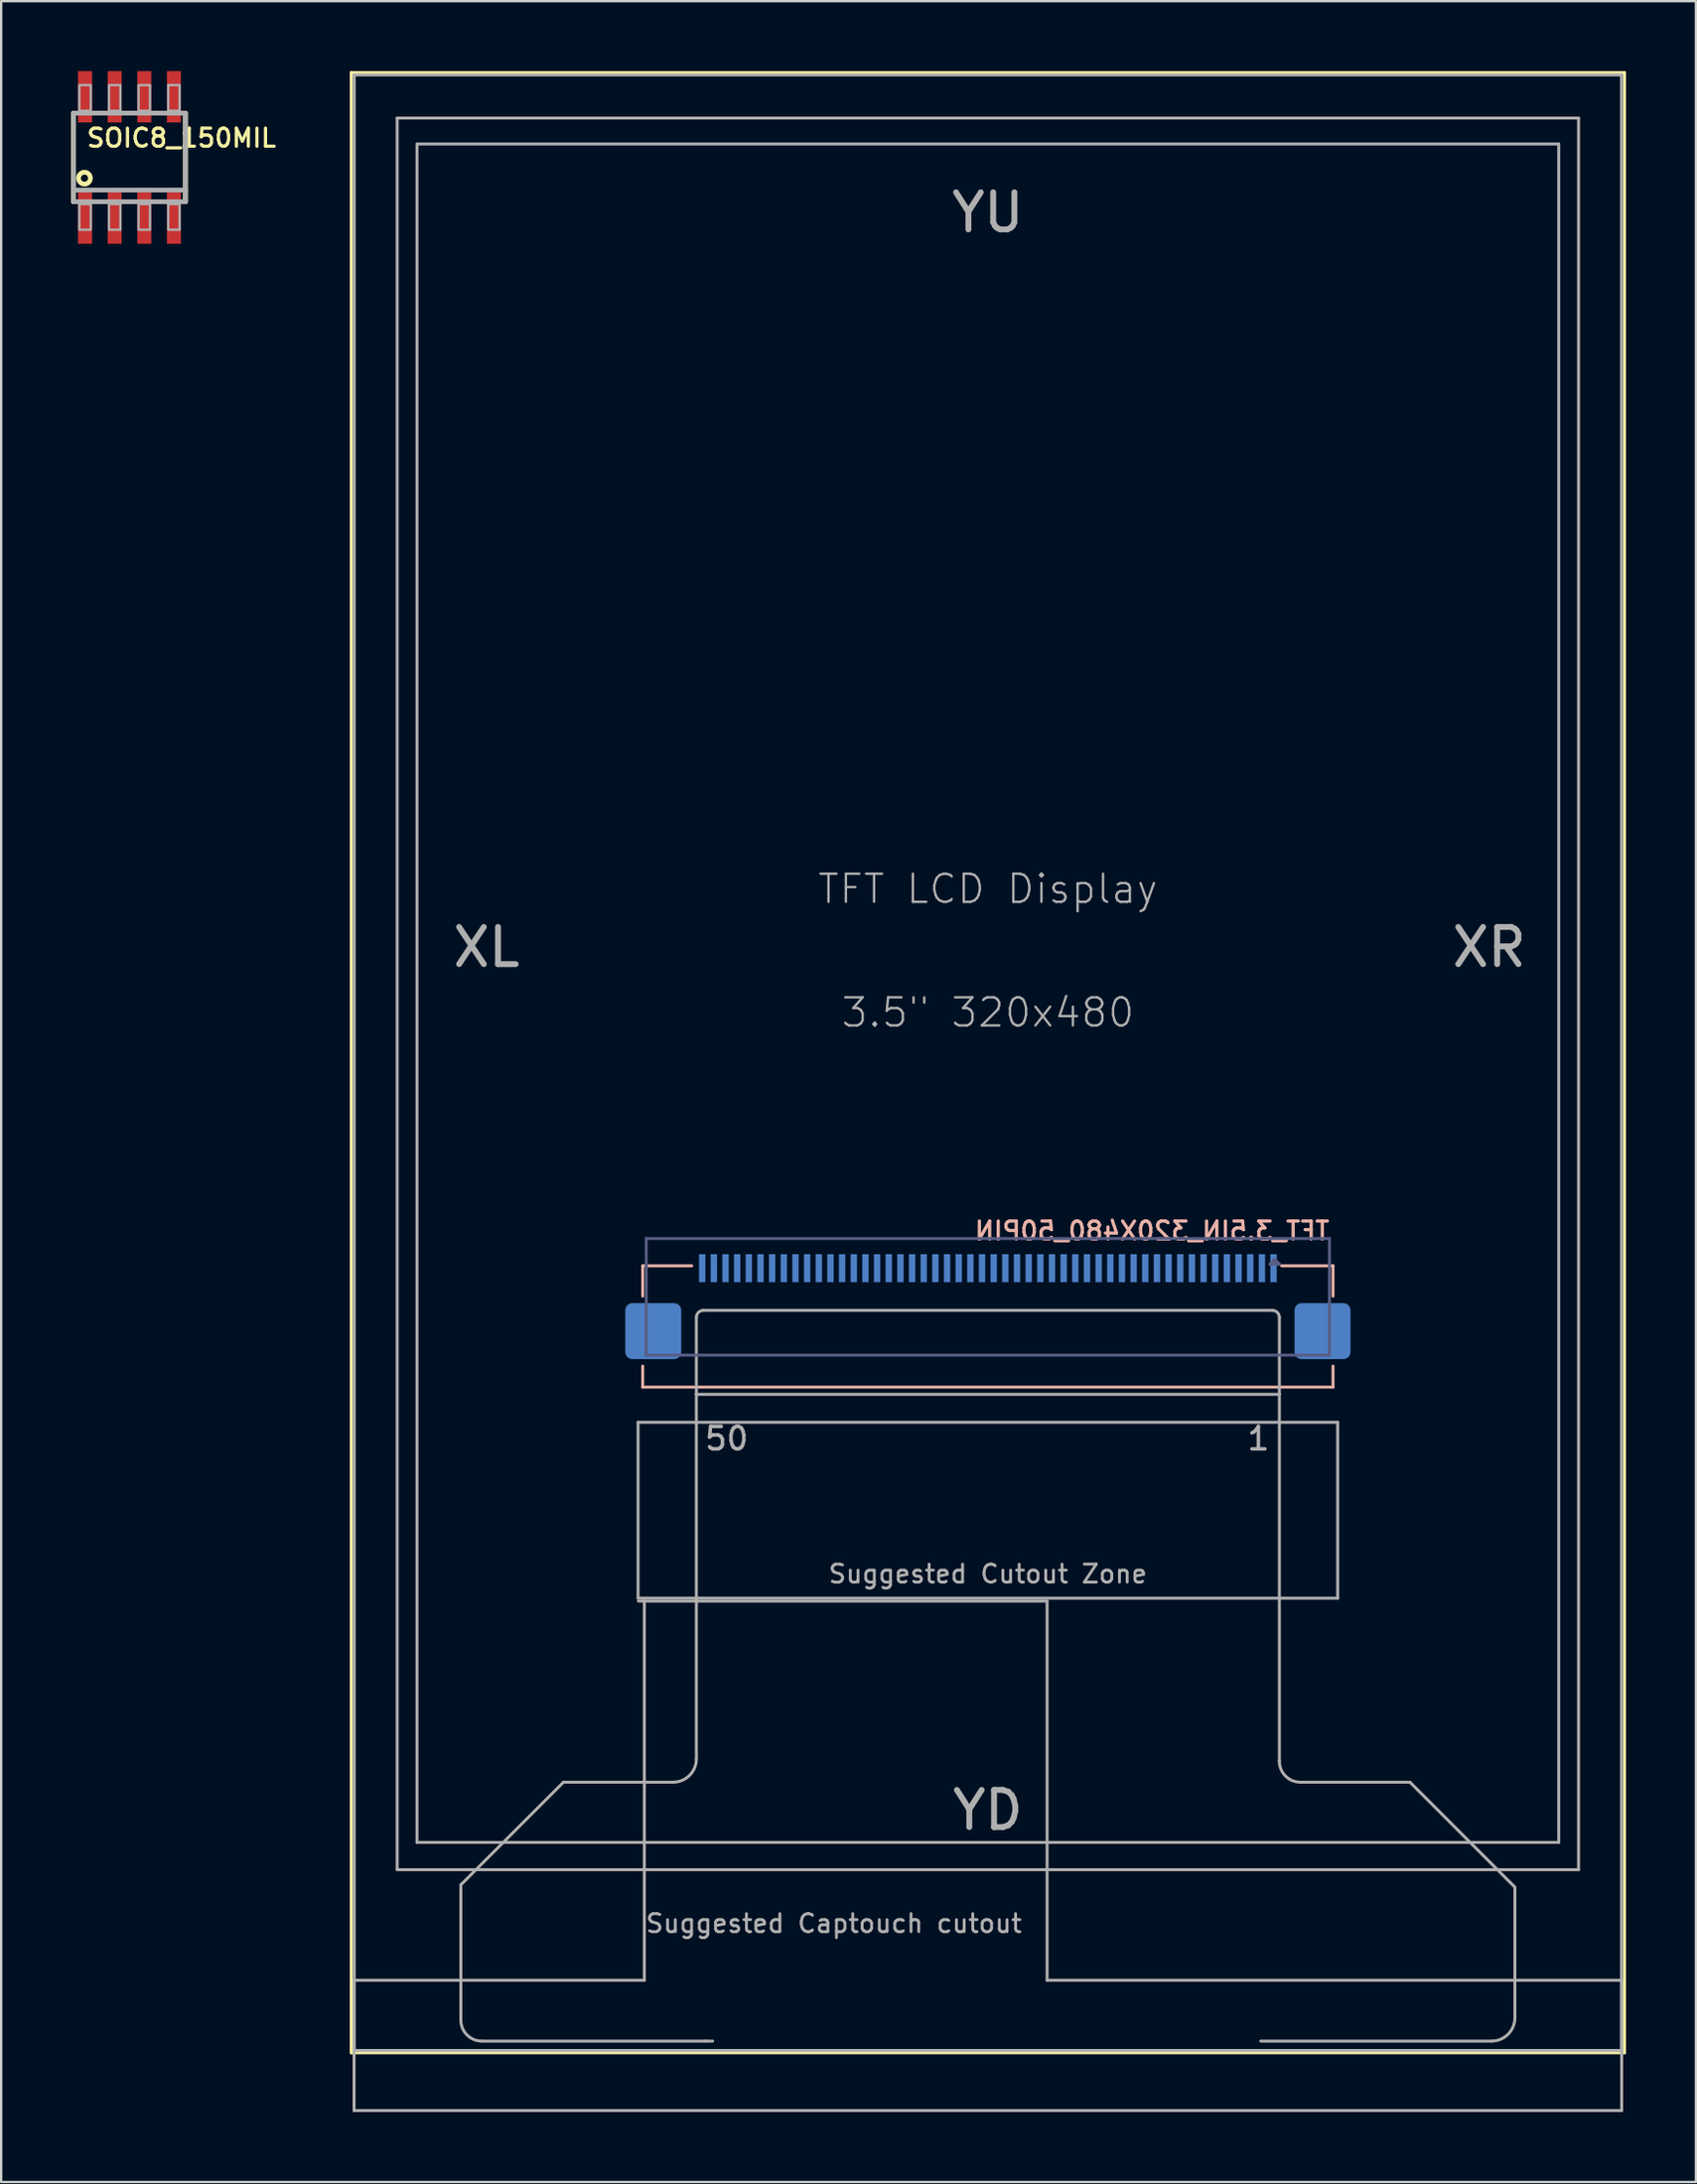
<source format=kicad_pcb>
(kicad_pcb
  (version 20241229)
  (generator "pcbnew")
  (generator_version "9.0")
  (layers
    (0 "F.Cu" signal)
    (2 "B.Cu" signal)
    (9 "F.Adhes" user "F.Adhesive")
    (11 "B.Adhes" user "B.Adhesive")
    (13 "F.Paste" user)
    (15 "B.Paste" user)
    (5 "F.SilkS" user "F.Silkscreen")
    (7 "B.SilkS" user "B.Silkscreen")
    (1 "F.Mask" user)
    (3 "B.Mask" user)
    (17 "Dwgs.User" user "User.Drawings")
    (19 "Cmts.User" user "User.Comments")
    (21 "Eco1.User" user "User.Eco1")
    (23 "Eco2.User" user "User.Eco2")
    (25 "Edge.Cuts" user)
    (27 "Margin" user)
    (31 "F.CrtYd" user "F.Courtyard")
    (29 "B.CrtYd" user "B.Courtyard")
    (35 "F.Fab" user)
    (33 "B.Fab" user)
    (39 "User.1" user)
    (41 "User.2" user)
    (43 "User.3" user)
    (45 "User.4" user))
  (footprint "SOIC8_150MIL"
    (layer "F.Cu")
    (at 2.502 3.7)
    (property "Reference" "SOIC8_150MIL" (at -1.905 -0.381 0) (layer "F.SilkS") (effects (font (size 0.772 0.772) (thickness 0.139)) (justify left bottom)))
    (attr through_hole)
    (fp_line (start -2.4 1.9) (end -2.4 -1.9) (stroke (width 0.203) (type solid)) (layer "F.SilkS"))
    (fp_line (start 2.4 -1.9) (end 2.4 1.9) (stroke (width 0.203) (type solid)) (layer "F.SilkS"))
    (fp_circle (center -1.93 0.889) (end -1.676 0.889) (stroke (width 0.203) (type solid)) (fill no) (layer "F.SilkS"))
    (fp_line (start -2.4 -1.9) (end 2.4 -1.9) (stroke (width 0.203) (type solid)) (layer "F.Fab"))
    (fp_line (start -2.4 1.4) (end -2.4 -1.9) (stroke (width 0.203) (type solid)) (layer "F.Fab"))
    (fp_line (start -2.4 1.9) (end -2.4 1.4) (stroke (width 0.203) (type solid)) (layer "F.Fab"))
    (fp_line (start 2.4 -1.9) (end 2.4 1.4) (stroke (width 0.203) (type solid)) (layer "F.Fab"))
    (fp_line (start 2.4 1.4) (end -2.4 1.4) (stroke (width 0.203) (type solid)) (layer "F.Fab"))
    (fp_line (start 2.4 1.4) (end 2.4 1.9) (stroke (width 0.203) (type solid)) (layer "F.Fab"))
    (fp_line (start 2.4 1.9) (end -2.4 1.9) (stroke (width 0.203) (type solid)) (layer "F.Fab"))
    (fp_poly (pts (xy -2.15 -2) (xy -1.66 -2) (xy -1.66 -3.1) (xy -2.15 -3.1)) (stroke (width 0.1) (type solid)) (fill no) (layer "F.Fab"))
    (fp_poly (pts (xy -2.15 3.1) (xy -1.66 3.1) (xy -1.66 2) (xy -2.15 2)) (stroke (width 0.1) (type solid)) (fill no) (layer "F.Fab"))
    (fp_poly (pts (xy -0.88 -2) (xy -0.39 -2) (xy -0.39 -3.1) (xy -0.88 -3.1)) (stroke (width 0.1) (type solid)) (fill no) (layer "F.Fab"))
    (fp_poly (pts (xy -0.88 3.1) (xy -0.39 3.1) (xy -0.39 2) (xy -0.88 2)) (stroke (width 0.1) (type solid)) (fill no) (layer "F.Fab"))
    (fp_poly (pts (xy 0.39 -2) (xy 0.88 -2) (xy 0.88 -3.1) (xy 0.39 -3.1)) (stroke (width 0.1) (type solid)) (fill no) (layer "F.Fab"))
    (fp_poly (pts (xy 0.39 3.1) (xy 0.88 3.1) (xy 0.88 2) (xy 0.39 2)) (stroke (width 0.1) (type solid)) (fill no) (layer "F.Fab"))
    (fp_poly (pts (xy 1.66 -2) (xy 2.15 -2) (xy 2.15 -3.1) (xy 1.66 -3.1)) (stroke (width 0.1) (type solid)) (fill no) (layer "F.Fab"))
    (fp_poly (pts (xy 1.66 3.1) (xy 2.15 3.1) (xy 2.15 2) (xy 1.66 2)) (stroke (width 0.1) (type solid)) (fill no) (layer "F.Fab"))
    (pad "1" smd rect (at -1.905 2.6) (size 0.6 2.2) (layers "F.Cu" "F.Mask" "F.Paste"))
    (pad "2" smd rect (at -0.635 2.6) (size 0.6 2.2) (layers "F.Cu" "F.Mask" "F.Paste"))
    (pad "3" smd rect (at 0.635 2.6) (size 0.6 2.2) (layers "F.Cu" "F.Mask" "F.Paste"))
    (pad "4" smd rect (at 1.905 2.6) (size 0.6 2.2) (layers "F.Cu" "F.Mask" "F.Paste"))
    (pad "5" smd rect (at 1.905 -2.6) (size 0.6 2.2) (layers "F.Cu" "F.Mask" "F.Paste"))
    (pad "6" smd rect (at 0.635 -2.6) (size 0.6 2.2) (layers "F.Cu" "F.Mask" "F.Paste"))
    (pad "7" smd rect (at -0.635 -2.6) (size 0.6 2.2) (layers "F.Cu" "F.Mask" "F.Paste"))
    (pad "8" smd rect (at -1.905 -2.6) (size 0.6 2.2) (layers "F.Cu" "F.Mask" "F.Paste")))
  (footprint "TFT_3.5IN_320X480_50PIN"
    (layer "F.Cu")
    (at 39.312 47.563)
    (property "Reference" "TFT_3.5IN_320X480_50PIN" (at 14.726 2.613 180) (layer "B.SilkS") (effects (font (size 0.772 0.772) (thickness 0.139)) (justify left bottom mirror)))
    (attr through_hole)
    (fp_line (start -27.3 -47.5) (end 27.3 -47.5) (stroke (width 0.127) (type solid)) (layer "F.SilkS"))
    (fp_line (start -27.3 37.4) (end -27.3 -47.5) (stroke (width 0.127) (type solid)) (layer "F.SilkS"))
    (fp_line (start 27.3 -47.5) (end 27.3 37.4) (stroke (width 0.127) (type solid)) (layer "F.SilkS"))
    (fp_line (start 27.3 37.4) (end -27.3 37.4) (stroke (width 0.127) (type solid)) (layer "F.SilkS"))
    (fp_line (start -14.8 3.66) (end -14.8 4.96) (stroke (width 0.127) (type solid)) (layer "B.SilkS"))
    (fp_line (start -14.8 8.86) (end -14.8 7.96) (stroke (width 0.127) (type solid)) (layer "B.SilkS"))
    (fp_line (start -12.7 3.66) (end -14.8 3.66) (stroke (width 0.127) (type solid)) (layer "B.SilkS"))
    (fp_line (start 12.6 3.66) (end 14.8 3.66) (stroke (width 0.127) (type solid)) (layer "B.SilkS"))
    (fp_line (start 14.8 3.66) (end 14.8 4.96) (stroke (width 0.127) (type solid)) (layer "B.SilkS"))
    (fp_line (start 14.8 7.96) (end 14.8 8.86) (stroke (width 0.127) (type solid)) (layer "B.SilkS"))
    (fp_line (start 14.8 8.86) (end -14.8 8.86) (stroke (width 0.127) (type solid)) (layer "B.SilkS"))
    (fp_line (start -14.65 2.49) (end -14.65 7.49) (stroke (width 0.127) (type solid)) (layer "B.Fab"))
    (fp_line (start 12.1 3.59) (end 12.4 3.59) (stroke (width 0.127) (type solid)) (layer "B.Fab"))
    (fp_line (start 12.3 3.39) (end 12.1 3.59) (stroke (width 0.127) (type solid)) (layer "B.Fab"))
    (fp_line (start 12.4 3.59) (end 12.3 3.49) (stroke (width 0.127) (type solid)) (layer "B.Fab"))
    (fp_line (start 12.5 3.59) (end 12.3 3.39) (stroke (width 0.127) (type solid)) (layer "B.Fab"))
    (fp_line (start 12.5 3.59) (end 12.4 3.59) (stroke (width 0.127) (type solid)) (layer "B.Fab"))
    (fp_line (start 14.65 2.49) (end -14.65 2.49) (stroke (width 0.127) (type solid)) (layer "B.Fab"))
    (fp_line (start 14.65 7.49) (end -14.65 7.49) (stroke (width 0.127) (type solid)) (layer "B.Fab"))
    (fp_line (start 14.65 7.49) (end 14.65 2.49) (stroke (width 0.127) (type solid)) (layer "B.Fab"))
    (fp_line (start -27.178 34.29) (end -14.732 34.29) (stroke (width 0.127) (type solid)) (layer "F.Fab"))
    (fp_line (start -27.178 39.878) (end -27.178 34.29) (stroke (width 0.127) (type solid)) (layer "F.Fab"))
    (fp_line (start -27.17 -47.4) (end 27.17 -47.4) (stroke (width 0.127) (type solid)) (layer "F.Fab"))
    (fp_line (start -27.17 37.3) (end -27.17 -47.4) (stroke (width 0.127) (type solid)) (layer "F.Fab"))
    (fp_line (start -25.33 -45.55) (end 25.33 -45.55) (stroke (width 0.127) (type solid)) (layer "F.Fab"))
    (fp_line (start -25.33 29.55) (end -25.33 -45.55) (stroke (width 0.127) (type solid)) (layer "F.Fab"))
    (fp_line (start -24.48 -44.44) (end 24.48 -44.44) (stroke (width 0.127) (type solid)) (layer "F.Fab"))
    (fp_line (start -24.48 28.38) (end -24.48 -44.44) (stroke (width 0.127) (type solid)) (layer "F.Fab"))
    (fp_line (start -22.6 30.2) (end -18.2 25.8) (stroke (width 0.127) (type solid)) (layer "F.Fab"))
    (fp_line (start -22.6 36) (end -22.6 30.2) (stroke (width 0.127) (type solid)) (layer "F.Fab"))
    (fp_line (start -18.2 25.8) (end -13.5 25.8) (stroke (width 0.127) (type solid)) (layer "F.Fab"))
    (fp_line (start -15 10.37) (end 15 10.37) (stroke (width 0.127) (type solid)) (layer "F.Fab"))
    (fp_line (start -15 17.91) (end -15 10.37) (stroke (width 0.127) (type solid)) (layer "F.Fab"))
    (fp_line (start -14.986 18.034) (end -14.732 18.034) (stroke (width 0.127) (type solid)) (layer "F.Fab"))
    (fp_line (start -14.732 18.034) (end -14.732 34.29) (stroke (width 0.127) (type solid)) (layer "F.Fab"))
    (fp_line (start -14.732 18.034) (end 2.54 18.034) (stroke (width 0.127) (type solid)) (layer "F.Fab"))
    (fp_line (start -12.5 9.17) (end -12.5 5.87) (stroke (width 0.127) (type solid)) (layer "F.Fab"))
    (fp_line (start -12.5 9.17) (end 12.5 9.17) (stroke (width 0.127) (type solid)) (layer "F.Fab"))
    (fp_line (start -12.5 24.8) (end -12.5 9.17) (stroke (width 0.127) (type solid)) (layer "F.Fab"))
    (fp_line (start -12.2 5.57) (end 12.2 5.57) (stroke (width 0.127) (type solid)) (layer "F.Fab"))
    (fp_line (start -12.1 36.9) (end -21.7 36.9) (stroke (width 0.127) (type solid)) (layer "F.Fab"))
    (fp_line (start -11.8 36.9) (end -12.1 36.9) (stroke (width 0.127) (type solid)) (layer "F.Fab"))
    (fp_line (start 2.54 18.034) (end 2.54 34.29) (stroke (width 0.127) (type solid)) (layer "F.Fab"))
    (fp_line (start 2.54 34.29) (end 27.178 34.29) (stroke (width 0.127) (type solid)) (layer "F.Fab"))
    (fp_line (start 12.5 5.87) (end 12.5 9.17) (stroke (width 0.127) (type solid)) (layer "F.Fab"))
    (fp_line (start 12.5 9.17) (end 12.5 24.9) (stroke (width 0.127) (type solid)) (layer "F.Fab"))
    (fp_line (start 13.4 25.8) (end 17.9 25.8) (stroke (width 0.127) (type solid)) (layer "F.Fab"))
    (fp_line (start 15 10.37) (end 15 17.91) (stroke (width 0.127) (type solid)) (layer "F.Fab"))
    (fp_line (start 15 17.91) (end -15 17.91) (stroke (width 0.127) (type solid)) (layer "F.Fab"))
    (fp_line (start 17.9 25.8) (end 18.1 25.8) (stroke (width 0.127) (type solid)) (layer "F.Fab"))
    (fp_line (start 18.1 25.8) (end 22.6 30.3) (stroke (width 0.127) (type solid)) (layer "F.Fab"))
    (fp_line (start 21.6 36.9) (end 11.7 36.9) (stroke (width 0.127) (type solid)) (layer "F.Fab"))
    (fp_line (start 22.6 30.3) (end 22.6 35.9) (stroke (width 0.127) (type solid)) (layer "F.Fab"))
    (fp_line (start 24.48 -44.44) (end 24.48 28.38) (stroke (width 0.127) (type solid)) (layer "F.Fab"))
    (fp_line (start 24.48 28.38) (end -24.48 28.38) (stroke (width 0.127) (type solid)) (layer "F.Fab"))
    (fp_line (start 25.33 -45.55) (end 25.33 29.55) (stroke (width 0.127) (type solid)) (layer "F.Fab"))
    (fp_line (start 25.33 29.55) (end -25.33 29.55) (stroke (width 0.127) (type solid)) (layer "F.Fab"))
    (fp_line (start 27.17 -47.4) (end 27.17 37.3) (stroke (width 0.127) (type solid)) (layer "F.Fab"))
    (fp_line (start 27.17 37.3) (end -27.17 37.3) (stroke (width 0.127) (type solid)) (layer "F.Fab"))
    (fp_line (start 27.178 34.29) (end 27.178 39.878) (stroke (width 0.127) (type solid)) (layer "F.Fab"))
    (fp_line (start 27.178 39.878) (end -27.178 39.878) (stroke (width 0.127) (type solid)) (layer "F.Fab"))
    (fp_arc (start -21.7 36.9) (mid -22.336396 36.636396) (end -22.6 36) (stroke (width 0.127) (type solid)) (layer "F.Fab"))
    (fp_arc (start -12.5 5.87) (mid -12.412132 5.657868) (end -12.2 5.57) (stroke (width 0.127) (type solid)) (layer "F.Fab"))
    (fp_arc (start -12.5 24.8) (mid -12.792893 25.507107) (end -13.5 25.8) (stroke (width 0.127) (type solid)) (layer "F.Fab"))
    (fp_arc (start 12.2 5.57) (mid 12.412132 5.657868) (end 12.5 5.87) (stroke (width 0.127) (type solid)) (layer "F.Fab"))
    (fp_arc (start 13.4 25.8) (mid 12.763604 25.536396) (end 12.5 24.9) (stroke (width 0.127) (type solid)) (layer "F.Fab"))
    (fp_arc (start 22.6 35.9) (mid 22.307107 36.607107) (end 21.6 36.9) (stroke (width 0.127) (type solid)) (layer "F.Fab"))
    (fp_text user "XL" (at -21.5 -10 0) (layer "F.Fab") (effects (font (size 1.593 1.593) (thickness 0.251))))
    (fp_text user "XR" (at 21.5 -10 0) (layer "F.Fab") (effects (font (size 1.593 1.593) (thickness 0.251))))
    (fp_text user "Suggested Captouch cutout" (at -6.604 31.856 0) (layer "F.Fab") (effects (font (size 0.772 0.772) (thickness 0.122))))
    (fp_text user "TFT LCD Display" (at 0 -12.5 0) (layer "F.Fab") (effects (font (size 1.206 1.206) (thickness 0.102))))
    (fp_text user "3.5\" 320x480" (at 0 -7.2 0) (layer "F.Fab") (effects (font (size 1.206 1.206) (thickness 0.102))))
    (fp_text user "YU" (at 0 -41.5 0) (layer "F.Fab") (effects (font (size 1.593 1.593) (thickness 0.251))))
    (fp_text user "1" (at 11.6 11.07 0) (layer "F.Fab") (effects (font (size 0.965 0.965) (thickness 0.152))))
    (fp_text user "50" (at -11.2 11.07 0) (layer "F.Fab") (effects (font (size 0.965 0.965) (thickness 0.152))))
    (fp_text user "YD" (at 0 27 0) (layer "F.Fab") (effects (font (size 1.593 1.593) (thickness 0.251))))
    (fp_text user "Suggested Cutout Zone" (at 0 16.87 0) (layer "F.Fab") (effects (font (size 0.772 0.772) (thickness 0.122))))
    (pad "1" smd rect (at 12.25 3.76 180) (size 0.275 1.2) (layers "B.Cu" "B.Mask" "B.Paste"))
    (pad "2" smd rect (at 11.75 3.76 180) (size 0.275 1.2) (layers "B.Cu" "B.Mask" "B.Paste"))
    (pad "3" smd rect (at 11.25 3.76 180) (size 0.275 1.2) (layers "B.Cu" "B.Mask" "B.Paste"))
    (pad "4" smd rect (at 10.75 3.76 180) (size 0.275 1.2) (layers "B.Cu" "B.Mask" "B.Paste"))
    (pad "5" smd rect (at 10.25 3.76 180) (size 0.275 1.2) (layers "B.Cu" "B.Mask" "B.Paste"))
    (pad "6" smd rect (at 9.75 3.76 180) (size 0.275 1.2) (layers "B.Cu" "B.Mask" "B.Paste"))
    (pad "7" smd rect (at 9.25 3.76 180) (size 0.275 1.2) (layers "B.Cu" "B.Mask" "B.Paste"))
    (pad "8" smd rect (at 8.75 3.76 180) (size 0.275 1.2) (layers "B.Cu" "B.Mask" "B.Paste"))
    (pad "9" smd rect (at 8.25 3.76 180) (size 0.275 1.2) (layers "B.Cu" "B.Mask" "B.Paste"))
    (pad "10" smd rect (at 7.75 3.76 180) (size 0.275 1.2) (layers "B.Cu" "B.Mask" "B.Paste"))
    (pad "11" smd rect (at 7.25 3.76 180) (size 0.275 1.2) (layers "B.Cu" "B.Mask" "B.Paste"))
    (pad "12" smd rect (at 6.75 3.76 180) (size 0.275 1.2) (layers "B.Cu" "B.Mask" "B.Paste"))
    (pad "13" smd rect (at 6.25 3.76 180) (size 0.275 1.2) (layers "B.Cu" "B.Mask" "B.Paste"))
    (pad "14" smd rect (at 5.75 3.76 180) (size 0.275 1.2) (layers "B.Cu" "B.Mask" "B.Paste"))
    (pad "15" smd rect (at 5.25 3.76 180) (size 0.275 1.2) (layers "B.Cu" "B.Mask" "B.Paste"))
    (pad "16" smd rect (at 4.75 3.76 180) (size 0.275 1.2) (layers "B.Cu" "B.Mask" "B.Paste"))
    (pad "17" smd rect (at 4.25 3.76 180) (size 0.275 1.2) (layers "B.Cu" "B.Mask" "B.Paste"))
    (pad "18" smd rect (at 3.75 3.76 180) (size 0.275 1.2) (layers "B.Cu" "B.Mask" "B.Paste"))
    (pad "19" smd rect (at 3.25 3.76 180) (size 0.275 1.2) (layers "B.Cu" "B.Mask" "B.Paste"))
    (pad "20" smd rect (at 2.75 3.76 180) (size 0.275 1.2) (layers "B.Cu" "B.Mask" "B.Paste"))
    (pad "21" smd rect (at 2.25 3.76 180) (size 0.275 1.2) (layers "B.Cu" "B.Mask" "B.Paste"))
    (pad "22" smd rect (at 1.75 3.76 180) (size 0.275 1.2) (layers "B.Cu" "B.Mask" "B.Paste"))
    (pad "23" smd rect (at 1.25 3.76 180) (size 0.275 1.2) (layers "B.Cu" "B.Mask" "B.Paste"))
    (pad "24" smd rect (at 0.75 3.76 180) (size 0.275 1.2) (layers "B.Cu" "B.Mask" "B.Paste"))
    (pad "25" smd rect (at 0.25 3.76 180) (size 0.275 1.2) (layers "B.Cu" "B.Mask" "B.Paste"))
    (pad "26" smd rect (at -0.25 3.76 180) (size 0.275 1.2) (layers "B.Cu" "B.Mask" "B.Paste"))
    (pad "27" smd rect (at -0.75 3.76 180) (size 0.275 1.2) (layers "B.Cu" "B.Mask" "B.Paste"))
    (pad "28" smd rect (at -1.25 3.76 180) (size 0.275 1.2) (layers "B.Cu" "B.Mask" "B.Paste"))
    (pad "29" smd rect (at -1.75 3.76 180) (size 0.275 1.2) (layers "B.Cu" "B.Mask" "B.Paste"))
    (pad "30" smd rect (at -2.25 3.76 180) (size 0.275 1.2) (layers "B.Cu" "B.Mask" "B.Paste"))
    (pad "31" smd rect (at -2.75 3.76 180) (size 0.275 1.2) (layers "B.Cu" "B.Mask" "B.Paste"))
    (pad "32" smd rect (at -3.25 3.76 180) (size 0.275 1.2) (layers "B.Cu" "B.Mask" "B.Paste"))
    (pad "33" smd rect (at -3.75 3.76 180) (size 0.275 1.2) (layers "B.Cu" "B.Mask" "B.Paste"))
    (pad "34" smd rect (at -4.25 3.76 180) (size 0.275 1.2) (layers "B.Cu" "B.Mask" "B.Paste"))
    (pad "35" smd rect (at -4.75 3.76 180) (size 0.275 1.2) (layers "B.Cu" "B.Mask" "B.Paste"))
    (pad "36" smd rect (at -5.25 3.76 180) (size 0.275 1.2) (layers "B.Cu" "B.Mask" "B.Paste"))
    (pad "37" smd rect (at -5.75 3.76 180) (size 0.275 1.2) (layers "B.Cu" "B.Mask" "B.Paste"))
    (pad "38" smd rect (at -6.25 3.76 180) (size 0.275 1.2) (layers "B.Cu" "B.Mask" "B.Paste"))
    (pad "39" smd rect (at -6.75 3.76 180) (size 0.275 1.2) (layers "B.Cu" "B.Mask" "B.Paste"))
    (pad "40" smd rect (at -7.25 3.76 180) (size 0.275 1.2) (layers "B.Cu" "B.Mask" "B.Paste"))
    (pad "41" smd rect (at -7.75 3.76 180) (size 0.275 1.2) (layers "B.Cu" "B.Mask" "B.Paste"))
    (pad "42" smd rect (at -8.25 3.76 180) (size 0.275 1.2) (layers "B.Cu" "B.Mask" "B.Paste"))
    (pad "43" smd rect (at -8.75 3.76 180) (size 0.275 1.2) (layers "B.Cu" "B.Mask" "B.Paste"))
    (pad "44" smd rect (at -9.25 3.76 180) (size 0.275 1.2) (layers "B.Cu" "B.Mask" "B.Paste"))
    (pad "45" smd rect (at -9.75 3.76 180) (size 0.275 1.2) (layers "B.Cu" "B.Mask" "B.Paste"))
    (pad "46" smd rect (at -10.25 3.76 180) (size 0.275 1.2) (layers "B.Cu" "B.Mask" "B.Paste"))
    (pad "47" smd rect (at -10.75 3.76 180) (size 0.275 1.2) (layers "B.Cu" "B.Mask" "B.Paste"))
    (pad "48" smd rect (at -11.25 3.76 180) (size 0.275 1.2) (layers "B.Cu" "B.Mask" "B.Paste"))
    (pad "49" smd rect (at -11.75 3.76 180) (size 0.275 1.2) (layers "B.Cu" "B.Mask" "B.Paste"))
    (pad "50" smd rect (at -12.25 3.76 180) (size 0.275 1.2) (layers "B.Cu" "B.Mask" "B.Paste"))
    (pad "PAD1" smd roundrect (at 14.35 6.46 180) (size 2.4 2.4) (layers "B.Cu" "B.Mask" "B.Paste") (roundrect_rratio 0.125))
    (pad "PAD2" smd roundrect (at -14.35 6.46 180) (size 2.4 2.4) (layers "B.Cu" "B.Mask" "B.Paste") (roundrect_rratio 0.125)))
  (gr_rect
    (start -3 -3)
    (end 69.675 90.505)
    (stroke (width 0.1) (type default))
    (fill no)
    (layer "Edge.Cuts")))
</source>
